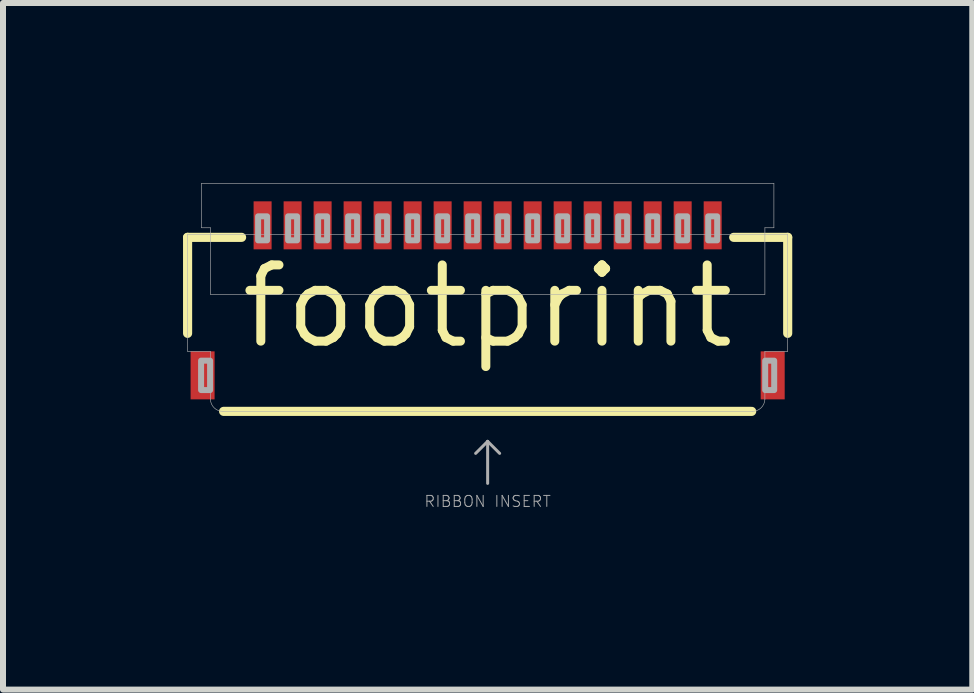
<source format=kicad_pcb>
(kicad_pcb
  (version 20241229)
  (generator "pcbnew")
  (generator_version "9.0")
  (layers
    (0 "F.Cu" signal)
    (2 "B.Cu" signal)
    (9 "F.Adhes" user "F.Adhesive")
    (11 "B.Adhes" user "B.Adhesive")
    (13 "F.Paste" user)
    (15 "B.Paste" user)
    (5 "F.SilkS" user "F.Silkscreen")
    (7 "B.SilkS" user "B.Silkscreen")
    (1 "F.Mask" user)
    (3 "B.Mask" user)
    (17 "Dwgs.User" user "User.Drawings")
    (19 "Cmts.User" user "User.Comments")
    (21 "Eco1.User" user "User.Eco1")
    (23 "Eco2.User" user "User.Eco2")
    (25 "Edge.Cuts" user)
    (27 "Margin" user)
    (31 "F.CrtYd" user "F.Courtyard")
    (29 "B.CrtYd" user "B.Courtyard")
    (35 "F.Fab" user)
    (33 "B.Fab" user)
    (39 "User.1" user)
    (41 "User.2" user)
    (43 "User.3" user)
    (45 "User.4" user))
  (footprint "footprint"
    (layer "F.Cu")
    (at 5.076 2.055)
    (property "Reference" "footprint" (at 0 0 0) (layer "F.SilkS") (effects (font (size 1.27 1.27) (thickness 0.15))))
    (fp_line (start -5 -1.15) (end -5 0.45) (stroke (width 0.152) (type solid)) (layer "F.SilkS"))
    (fp_line (start -5 -1.15) (end -4.1 -1.15) (stroke (width 0.152) (type solid)) (layer "F.SilkS"))
    (fp_line (start -4.4 1.75) (end 4.4 1.75) (stroke (width 0.152) (type solid)) (layer "F.SilkS"))
    (fp_line (start 5 -1.15) (end 4.1 -1.15) (stroke (width 0.152) (type solid)) (layer "F.SilkS"))
    (fp_line (start 5 -1.15) (end 5 0.45) (stroke (width 0.152) (type solid)) (layer "F.SilkS"))
    (fp_poly (pts (xy -3.875 -1.025) (xy -3.625 -1.025) (xy -3.625 -1.675) (xy -3.875 -1.675)) (stroke (width 0) (type solid)) (fill yes) (layer "F.Paste"))
    (fp_poly (pts (xy -3.375 -1.025) (xy -3.125 -1.025) (xy -3.125 -1.675) (xy -3.375 -1.675)) (stroke (width 0) (type solid)) (fill yes) (layer "F.Paste"))
    (fp_poly (pts (xy -2.875 -1.025) (xy -2.625 -1.025) (xy -2.625 -1.675) (xy -2.875 -1.675)) (stroke (width 0) (type solid)) (fill yes) (layer "F.Paste"))
    (fp_poly (pts (xy -2.375 -1.025) (xy -2.125 -1.025) (xy -2.125 -1.675) (xy -2.375 -1.675)) (stroke (width 0) (type solid)) (fill yes) (layer "F.Paste"))
    (fp_poly (pts (xy -1.875 -1.025) (xy -1.625 -1.025) (xy -1.625 -1.675) (xy -1.875 -1.675)) (stroke (width 0) (type solid)) (fill yes) (layer "F.Paste"))
    (fp_poly (pts (xy -1.375 -1.025) (xy -1.125 -1.025) (xy -1.125 -1.675) (xy -1.375 -1.675)) (stroke (width 0) (type solid)) (fill yes) (layer "F.Paste"))
    (fp_poly (pts (xy -0.875 -1.025) (xy -0.625 -1.025) (xy -0.625 -1.675) (xy -0.875 -1.675)) (stroke (width 0) (type solid)) (fill yes) (layer "F.Paste"))
    (fp_poly (pts (xy -0.375 -1.025) (xy -0.125 -1.025) (xy -0.125 -1.675) (xy -0.375 -1.675)) (stroke (width 0) (type solid)) (fill yes) (layer "F.Paste"))
    (fp_poly (pts (xy 0.125 -1.025) (xy 0.375 -1.025) (xy 0.375 -1.675) (xy 0.125 -1.675)) (stroke (width 0) (type solid)) (fill yes) (layer "F.Paste"))
    (fp_poly (pts (xy 0.625 -1.025) (xy 0.875 -1.025) (xy 0.875 -1.675) (xy 0.625 -1.675)) (stroke (width 0) (type solid)) (fill yes) (layer "F.Paste"))
    (fp_poly (pts (xy 1.125 -1.025) (xy 1.375 -1.025) (xy 1.375 -1.675) (xy 1.125 -1.675)) (stroke (width 0) (type solid)) (fill yes) (layer "F.Paste"))
    (fp_poly (pts (xy 1.625 -1.025) (xy 1.875 -1.025) (xy 1.875 -1.675) (xy 1.625 -1.675)) (stroke (width 0) (type solid)) (fill yes) (layer "F.Paste"))
    (fp_poly (pts (xy 2.125 -1.025) (xy 2.375 -1.025) (xy 2.375 -1.675) (xy 2.125 -1.675)) (stroke (width 0) (type solid)) (fill yes) (layer "F.Paste"))
    (fp_poly (pts (xy 2.625 -1.025) (xy 2.875 -1.025) (xy 2.875 -1.675) (xy 2.625 -1.675)) (stroke (width 0) (type solid)) (fill yes) (layer "F.Paste"))
    (fp_poly (pts (xy 3.125 -1.025) (xy 3.375 -1.025) (xy 3.375 -1.675) (xy 3.125 -1.675)) (stroke (width 0) (type solid)) (fill yes) (layer "F.Paste"))
    (fp_poly (pts (xy 3.625 -1.025) (xy 3.875 -1.025) (xy 3.875 -1.675) (xy 3.625 -1.675)) (stroke (width 0) (type solid)) (fill yes) (layer "F.Paste"))
    (fp_line (start -5 -1.2) (end -5 0.75) (stroke (width 0.01) (type solid)) (layer "F.Fab"))
    (fp_line (start -5 -1.2) (end -4.62 -1.2) (stroke (width 0.01) (type solid)) (layer "F.Fab"))
    (fp_line (start -4.77 -2.05) (end -4.77 -1.31) (stroke (width 0.01) (type solid)) (layer "F.Fab"))
    (fp_line (start -4.77 -2.05) (end 4.77 -2.05) (stroke (width 0.01) (type solid)) (layer "F.Fab"))
    (fp_line (start -4.62 -1.31) (end -4.77 -1.31) (stroke (width 0.01) (type solid)) (layer "F.Fab"))
    (fp_line (start -4.62 -1.2) (end -4.62 -1.31) (stroke (width 0.01) (type solid)) (layer "F.Fab"))
    (fp_line (start -4.62 -1.2) (end 4.62 -1.2) (stroke (width 0.01) (type solid)) (layer "F.Fab"))
    (fp_line (start -4.62 -0.2) (end -4.62 -1.2) (stroke (width 0.01) (type solid)) (layer "F.Fab"))
    (fp_line (start -4.62 -0.2) (end 4.62 -0.2) (stroke (width 0.01) (type solid)) (layer "F.Fab"))
    (fp_line (start -4.62 0.75) (end -5 0.75) (stroke (width 0.01) (type solid)) (layer "F.Fab"))
    (fp_line (start -4.62 1.55) (end -4.62 0.75) (stroke (width 0.01) (type solid)) (layer "F.Fab"))
    (fp_line (start 0 2.25) (end -0.2 2.45) (stroke (width 0.05) (type solid)) (layer "F.Fab"))
    (fp_line (start 0 2.25) (end 0.2 2.45) (stroke (width 0.05) (type solid)) (layer "F.Fab"))
    (fp_line (start 0 2.95) (end 0 2.25) (stroke (width 0.05) (type solid)) (layer "F.Fab"))
    (fp_line (start 4.41 1.75) (end -4.41 1.75) (stroke (width 0.01) (type solid)) (layer "F.Fab"))
    (fp_line (start 4.62 -1.31) (end 4.77 -1.31) (stroke (width 0.01) (type solid)) (layer "F.Fab"))
    (fp_line (start 4.62 -1.2) (end 4.62 -1.31) (stroke (width 0.01) (type solid)) (layer "F.Fab"))
    (fp_line (start 4.62 -1.2) (end 5 -1.2) (stroke (width 0.01) (type solid)) (layer "F.Fab"))
    (fp_line (start 4.62 -0.2) (end 4.62 -1.2) (stroke (width 0.01) (type solid)) (layer "F.Fab"))
    (fp_line (start 4.62 1.55) (end 4.62 0.75) (stroke (width 0.01) (type solid)) (layer "F.Fab"))
    (fp_line (start 4.77 -1.31) (end 4.77 -2.05) (stroke (width 0.01) (type solid)) (layer "F.Fab"))
    (fp_line (start 5 -1.2) (end 5 0.75) (stroke (width 0.01) (type solid)) (layer "F.Fab"))
    (fp_line (start 5 0.75) (end 4.62 0.75) (stroke (width 0.01) (type solid)) (layer "F.Fab"))
    (fp_arc (start -4.409999 1.749999) (mid -4.55542 1.692442) (end -4.62 1.55) (stroke (width 0.01) (type solid)) (layer "F.Fab"))
    (fp_arc (start 4.62 1.55) (mid 4.55542 1.692442) (end 4.409999 1.749999) (stroke (width 0.01) (type solid)) (layer "F.Fab"))
    (fp_poly (pts (xy -4.775 1.395) (xy -4.625 1.395) (xy -4.625 0.905) (xy -4.775 0.905)) (stroke (width 0.1) (type solid)) (fill no) (layer "F.Fab"))
    (fp_poly (pts (xy -3.825 -1.1) (xy -3.675 -1.1) (xy -3.675 -1.5) (xy -3.825 -1.5)) (stroke (width 0.1) (type solid)) (fill no) (layer "F.Fab"))
    (fp_poly (pts (xy -3.325 -1.1) (xy -3.175 -1.1) (xy -3.175 -1.5) (xy -3.325 -1.5)) (stroke (width 0.1) (type solid)) (fill no) (layer "F.Fab"))
    (fp_poly (pts (xy -2.825 -1.1) (xy -2.675 -1.1) (xy -2.675 -1.5) (xy -2.825 -1.5)) (stroke (width 0.1) (type solid)) (fill no) (layer "F.Fab"))
    (fp_poly (pts (xy -2.325 -1.1) (xy -2.175 -1.1) (xy -2.175 -1.5) (xy -2.325 -1.5)) (stroke (width 0.1) (type solid)) (fill no) (layer "F.Fab"))
    (fp_poly (pts (xy -1.825 -1.1) (xy -1.675 -1.1) (xy -1.675 -1.5) (xy -1.825 -1.5)) (stroke (width 0.1) (type solid)) (fill no) (layer "F.Fab"))
    (fp_poly (pts (xy -1.325 -1.1) (xy -1.175 -1.1) (xy -1.175 -1.5) (xy -1.325 -1.5)) (stroke (width 0.1) (type solid)) (fill no) (layer "F.Fab"))
    (fp_poly (pts (xy -0.825 -1.1) (xy -0.675 -1.1) (xy -0.675 -1.5) (xy -0.825 -1.5)) (stroke (width 0.1) (type solid)) (fill no) (layer "F.Fab"))
    (fp_poly (pts (xy -0.325 -1.1) (xy -0.175 -1.1) (xy -0.175 -1.5) (xy -0.325 -1.5)) (stroke (width 0.1) (type solid)) (fill no) (layer "F.Fab"))
    (fp_poly (pts (xy 0.175 -1.1) (xy 0.325 -1.1) (xy 0.325 -1.5) (xy 0.175 -1.5)) (stroke (width 0.1) (type solid)) (fill no) (layer "F.Fab"))
    (fp_poly (pts (xy 0.675 -1.1) (xy 0.825 -1.1) (xy 0.825 -1.5) (xy 0.675 -1.5)) (stroke (width 0.1) (type solid)) (fill no) (layer "F.Fab"))
    (fp_poly (pts (xy 1.175 -1.1) (xy 1.325 -1.1) (xy 1.325 -1.5) (xy 1.175 -1.5)) (stroke (width 0.1) (type solid)) (fill no) (layer "F.Fab"))
    (fp_poly (pts (xy 1.675 -1.1) (xy 1.825 -1.1) (xy 1.825 -1.5) (xy 1.675 -1.5)) (stroke (width 0.1) (type solid)) (fill no) (layer "F.Fab"))
    (fp_poly (pts (xy 2.175 -1.1) (xy 2.325 -1.1) (xy 2.325 -1.5) (xy 2.175 -1.5)) (stroke (width 0.1) (type solid)) (fill no) (layer "F.Fab"))
    (fp_poly (pts (xy 2.675 -1.1) (xy 2.825 -1.1) (xy 2.825 -1.5) (xy 2.675 -1.5)) (stroke (width 0.1) (type solid)) (fill no) (layer "F.Fab"))
    (fp_poly (pts (xy 3.175 -1.1) (xy 3.325 -1.1) (xy 3.325 -1.5) (xy 3.175 -1.5)) (stroke (width 0.1) (type solid)) (fill no) (layer "F.Fab"))
    (fp_poly (pts (xy 3.675 -1.1) (xy 3.825 -1.1) (xy 3.825 -1.5) (xy 3.675 -1.5)) (stroke (width 0.1) (type solid)) (fill no) (layer "F.Fab"))
    (fp_poly (pts (xy 4.625 1.395) (xy 4.775 1.395) (xy 4.775 0.905) (xy 4.625 0.905)) (stroke (width 0.1) (type solid)) (fill no) (layer "F.Fab"))
    (fp_text user "RIBBON INSERT" (at 0 3.25 0) (layer "F.Fab") (effects (font (size 0.184 0.184) (thickness 0.016))))
    (pad "1" smd rect (at -3.75 -1.35) (size 0.3 0.8) (layers "F.Cu" "F.Mask"))
    (pad "2" smd rect (at -3.25 -1.35) (size 0.3 0.8) (layers "F.Cu" "F.Mask"))
    (pad "3" smd rect (at -2.75 -1.35) (size 0.3 0.8) (layers "F.Cu" "F.Mask"))
    (pad "4" smd rect (at -2.25 -1.35) (size 0.3 0.8) (layers "F.Cu" "F.Mask"))
    (pad "5" smd rect (at -1.75 -1.35) (size 0.3 0.8) (layers "F.Cu" "F.Mask"))
    (pad "6" smd rect (at -1.25 -1.35) (size 0.3 0.8) (layers "F.Cu" "F.Mask"))
    (pad "7" smd rect (at -0.75 -1.35) (size 0.3 0.8) (layers "F.Cu" "F.Mask"))
    (pad "8" smd rect (at -0.25 -1.35) (size 0.3 0.8) (layers "F.Cu" "F.Mask"))
    (pad "9" smd rect (at 0.25 -1.35) (size 0.3 0.8) (layers "F.Cu" "F.Mask"))
    (pad "10" smd rect (at 0.75 -1.35) (size 0.3 0.8) (layers "F.Cu" "F.Mask"))
    (pad "11" smd rect (at 1.25 -1.35) (size 0.3 0.8) (layers "F.Cu" "F.Mask"))
    (pad "12" smd rect (at 1.75 -1.35) (size 0.3 0.8) (layers "F.Cu" "F.Mask"))
    (pad "13" smd rect (at 2.25 -1.35) (size 0.3 0.8) (layers "F.Cu" "F.Mask"))
    (pad "14" smd rect (at 2.75 -1.35) (size 0.3 0.8) (layers "F.Cu" "F.Mask"))
    (pad "15" smd rect (at 3.25 -1.35) (size 0.3 0.8) (layers "F.Cu" "F.Mask"))
    (pad "16" smd rect (at 3.75 -1.35) (size 0.3 0.8) (layers "F.Cu" "F.Mask"))
    (pad "MP1" smd rect (at -4.75 1.15) (size 0.4 0.8) (layers "F.Cu" "F.Mask" "F.Paste"))
    (pad "MP2" smd rect (at 4.75 1.15) (size 0.4 0.8) (layers "F.Cu" "F.Mask" "F.Paste")))
  (gr_rect
    (start -3 -3)
    (end 13.152 8.441)
    (stroke (width 0.1) (type default))
    (fill no)
    (layer "Edge.Cuts")))
</source>
